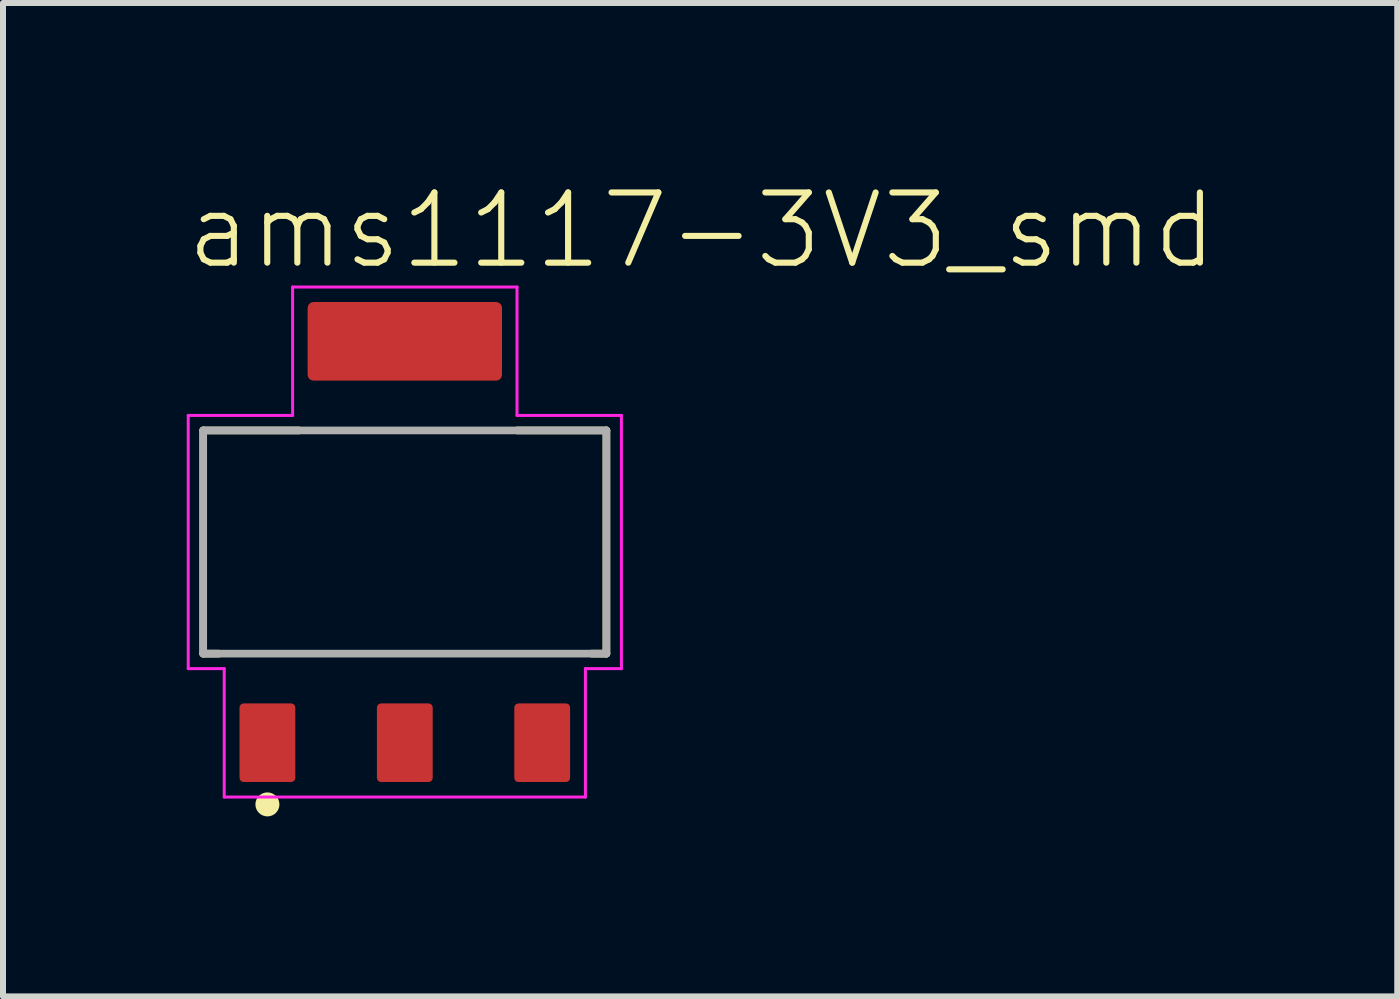
<source format=kicad_pcb>
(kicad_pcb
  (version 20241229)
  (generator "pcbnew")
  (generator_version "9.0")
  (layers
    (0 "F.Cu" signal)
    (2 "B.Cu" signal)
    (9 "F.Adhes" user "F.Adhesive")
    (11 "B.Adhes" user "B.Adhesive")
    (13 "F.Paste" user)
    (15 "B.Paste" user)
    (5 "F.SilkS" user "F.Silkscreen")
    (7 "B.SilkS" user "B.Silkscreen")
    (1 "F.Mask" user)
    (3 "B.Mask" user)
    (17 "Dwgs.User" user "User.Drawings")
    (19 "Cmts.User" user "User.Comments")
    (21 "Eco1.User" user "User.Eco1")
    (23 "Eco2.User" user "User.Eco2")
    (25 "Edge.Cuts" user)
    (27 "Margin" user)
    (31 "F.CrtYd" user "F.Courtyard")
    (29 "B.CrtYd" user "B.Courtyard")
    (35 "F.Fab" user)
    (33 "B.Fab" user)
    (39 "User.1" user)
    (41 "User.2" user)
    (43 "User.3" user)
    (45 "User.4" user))
  (footprint "ams1117-3V3_smd"
    (layer "F.Cu")
    (at 3.697 5.984)
    (property "Reference" "ams1117-3V3_smd" (at -3.697 -4.508 0) (layer "F.SilkS") (effects (font (size 1.17 1.17) (thickness 0.102)) (justify left bottom)))
    (fp_line (start -3.36 1.86) (end -3.36 -1.86) (stroke (width 0.127) (type solid)) (layer "F.SilkS"))
    (fp_line (start -3.36 1.86) (end -3.1 1.86) (stroke (width 0.127) (type solid)) (layer "F.SilkS"))
    (fp_line (start -1.76 -1.86) (end -3.36 -1.86) (stroke (width 0.127) (type solid)) (layer "F.SilkS"))
    (fp_line (start 3.11 1.86) (end 3.36 1.86) (stroke (width 0.127) (type solid)) (layer "F.SilkS"))
    (fp_line (start 3.36 -1.86) (end 1.87 -1.86) (stroke (width 0.127) (type solid)) (layer "F.SilkS"))
    (fp_line (start 3.36 1.86) (end 3.36 -1.86) (stroke (width 0.127) (type solid)) (layer "F.SilkS"))
    (fp_circle (center -2.29 4.373) (end -2.19 4.373) (stroke (width 0.2) (type solid)) (fill no) (layer "F.SilkS"))
    (fp_line (start -3.61 -2.11) (end -3.61 2.11) (stroke (width 0.05) (type solid)) (layer "F.CrtYd"))
    (fp_line (start -3.61 2.11) (end -3.01 2.11) (stroke (width 0.05) (type solid)) (layer "F.CrtYd"))
    (fp_line (start -3.01 2.11) (end -3.01 4.25) (stroke (width 0.05) (type solid)) (layer "F.CrtYd"))
    (fp_line (start -3.01 4.25) (end 3.01 4.25) (stroke (width 0.05) (type solid)) (layer "F.CrtYd"))
    (fp_line (start -1.87 -4.25) (end -1.87 -2.11) (stroke (width 0.05) (type solid)) (layer "F.CrtYd"))
    (fp_line (start -1.87 -2.11) (end -3.61 -2.11) (stroke (width 0.05) (type solid)) (layer "F.CrtYd"))
    (fp_line (start 1.87 -4.25) (end -1.87 -4.25) (stroke (width 0.05) (type solid)) (layer "F.CrtYd"))
    (fp_line (start 1.87 -2.11) (end 1.87 -4.25) (stroke (width 0.05) (type solid)) (layer "F.CrtYd"))
    (fp_line (start 3.01 2.11) (end 3.61 2.11) (stroke (width 0.05) (type solid)) (layer "F.CrtYd"))
    (fp_line (start 3.01 4.25) (end 3.01 2.11) (stroke (width 0.05) (type solid)) (layer "F.CrtYd"))
    (fp_line (start 3.61 -2.11) (end 1.87 -2.11) (stroke (width 0.05) (type solid)) (layer "F.CrtYd"))
    (fp_line (start 3.61 2.11) (end 3.61 -2.11) (stroke (width 0.05) (type solid)) (layer "F.CrtYd"))
    (fp_line (start -3.36 -1.86) (end 3.36 -1.86) (stroke (width 0.127) (type solid)) (layer "F.Fab"))
    (fp_line (start -3.36 1.86) (end -3.36 -1.86) (stroke (width 0.127) (type solid)) (layer "F.Fab"))
    (fp_line (start 3.36 -1.86) (end 3.36 1.86) (stroke (width 0.127) (type solid)) (layer "F.Fab"))
    (fp_line (start 3.36 1.86) (end -3.36 1.86) (stroke (width 0.127) (type solid)) (layer "F.Fab"))
    (pad "1" smd roundrect (at -2.29 3.345) (size 0.93 1.31) (layers "F.Cu" "F.Mask" "F.Paste") (roundrect_rratio 0.075))
    (pad "2" smd roundrect (at 0 3.345) (size 0.93 1.31) (layers "F.Cu" "F.Mask" "F.Paste") (roundrect_rratio 0.075))
    (pad "3" smd roundrect (at 2.29 3.345) (size 0.93 1.31) (layers "F.Cu" "F.Mask" "F.Paste") (roundrect_rratio 0.075))
    (pad "4" smd roundrect (at 0 -3.345) (size 3.24 1.31) (layers "F.Cu" "F.Mask" "F.Paste") (roundrect_rratio 0.075)))
  (gr_rect
    (start -3 -3)
    (end 20.238 13.557)
    (stroke (width 0.1) (type default))
    (fill no)
    (layer "Edge.Cuts")))
</source>
